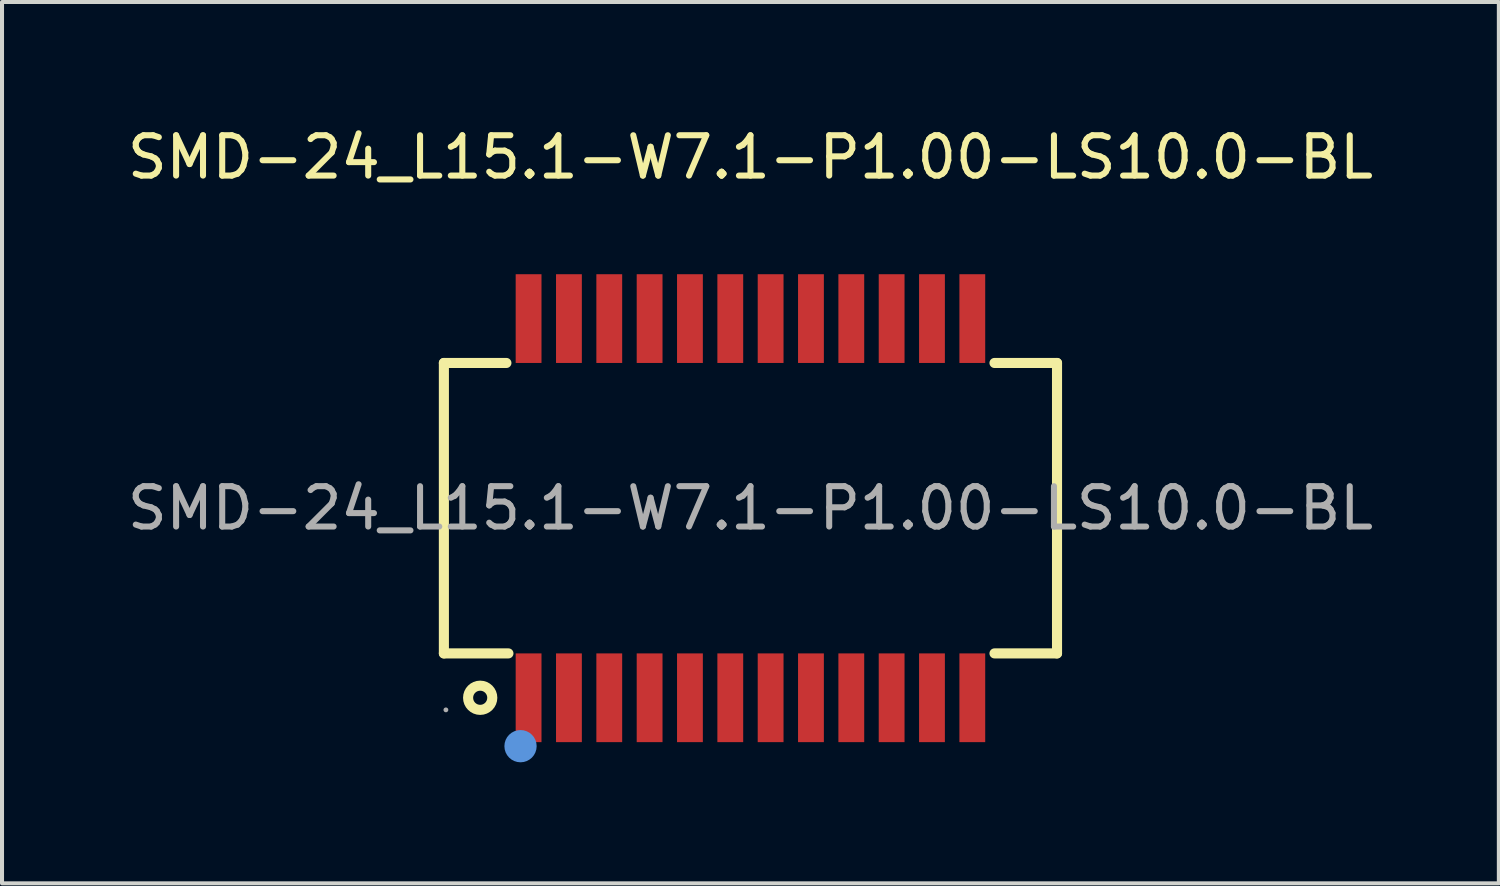
<source format=kicad_pcb>
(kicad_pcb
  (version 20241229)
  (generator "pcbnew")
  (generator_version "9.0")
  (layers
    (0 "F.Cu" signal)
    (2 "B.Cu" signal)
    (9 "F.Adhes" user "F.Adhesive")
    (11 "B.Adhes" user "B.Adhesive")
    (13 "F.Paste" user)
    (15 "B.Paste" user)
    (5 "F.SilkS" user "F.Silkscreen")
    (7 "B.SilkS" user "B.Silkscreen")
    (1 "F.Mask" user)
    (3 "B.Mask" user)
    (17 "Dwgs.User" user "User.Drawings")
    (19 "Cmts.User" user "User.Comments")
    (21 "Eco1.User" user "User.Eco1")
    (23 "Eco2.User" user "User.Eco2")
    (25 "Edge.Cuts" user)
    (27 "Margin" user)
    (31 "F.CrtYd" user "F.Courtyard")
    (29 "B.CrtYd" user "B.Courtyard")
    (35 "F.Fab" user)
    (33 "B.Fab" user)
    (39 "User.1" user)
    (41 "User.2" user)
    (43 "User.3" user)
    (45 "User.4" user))
  (footprint "SMD-24_L15.1-W7.1-P1.00-LS10.0-BL"
    (layer "F.Cu")
    (at 15.554 9.548)
    (property "Reference" "SMD-24_L15.1-W7.1-P1.00-LS10.0-BL" (at 0 -8.7 0) (layer "F.SilkS") (effects (font (size 1 1) (thickness 0.15))))
    (attr smd)
    (fp_line (start -7.6 3.6) (end -7.6 -3.6) (stroke (width 0.25) (type solid)) (layer "F.SilkS"))
    (fp_line (start -6.05 -3.6) (end -7.6 -3.6) (stroke (width 0.25) (type solid)) (layer "F.SilkS"))
    (fp_line (start -6 3.6) (end -7.6 3.6) (stroke (width 0.25) (type solid)) (layer "F.SilkS"))
    (fp_line (start 7.6 -3.6) (end 6.05 -3.6) (stroke (width 0.25) (type solid)) (layer "F.SilkS"))
    (fp_line (start 7.6 -3.6) (end 7.6 3.6) (stroke (width 0.25) (type solid)) (layer "F.SilkS"))
    (fp_line (start 7.6 3.6) (end 6.05 3.6) (stroke (width 0.25) (type solid)) (layer "F.SilkS"))
    (fp_circle (center -6.7 4.7) (end -6.4 4.7) (stroke (width 0.25) (type solid)) (fill no) (layer "F.SilkS"))
    (fp_circle (center -5.7 5.9) (end -5.5 5.9) (stroke (width 0.4) (type solid)) (fill no) (layer "Cmts.User"))
    (fp_circle (center -7.55 5) (end -7.52 5) (stroke (width 0.06) (type solid)) (fill no) (layer "F.Fab"))
    (fp_text user "${REFERENCE}" (at 0 0 0) (layer "F.Fab") (effects (font (size 1 1) (thickness 0.15))))
    (pad "1" smd rect (at -5.5 4.7) (size 0.64 2.2) (layers "F.Cu" "F.Mask" "F.Paste"))
    (pad "2" smd rect (at -4.5 4.7) (size 0.64 2.2) (layers "F.Cu" "F.Mask" "F.Paste"))
    (pad "3" smd rect (at -3.5 4.7) (size 0.64 2.2) (layers "F.Cu" "F.Mask" "F.Paste"))
    (pad "4" smd rect (at -2.5 4.7) (size 0.64 2.2) (layers "F.Cu" "F.Mask" "F.Paste"))
    (pad "5" smd rect (at -1.5 4.7) (size 0.64 2.2) (layers "F.Cu" "F.Mask" "F.Paste"))
    (pad "6" smd rect (at -0.5 4.7) (size 0.64 2.2) (layers "F.Cu" "F.Mask" "F.Paste"))
    (pad "7" smd rect (at 0.5 4.7) (size 0.64 2.2) (layers "F.Cu" "F.Mask" "F.Paste"))
    (pad "8" smd rect (at 1.5 4.7) (size 0.64 2.2) (layers "F.Cu" "F.Mask" "F.Paste"))
    (pad "9" smd rect (at 2.5 4.7) (size 0.64 2.2) (layers "F.Cu" "F.Mask" "F.Paste"))
    (pad "10" smd rect (at 3.5 4.7) (size 0.64 2.2) (layers "F.Cu" "F.Mask" "F.Paste"))
    (pad "11" smd rect (at 4.5 4.7) (size 0.64 2.2) (layers "F.Cu" "F.Mask" "F.Paste"))
    (pad "12" smd rect (at 5.5 4.7) (size 0.64 2.2) (layers "F.Cu" "F.Mask" "F.Paste"))
    (pad "13" smd rect (at 5.5 -4.7) (size 0.64 2.2) (layers "F.Cu" "F.Mask" "F.Paste"))
    (pad "14" smd rect (at 4.5 -4.7) (size 0.64 2.2) (layers "F.Cu" "F.Mask" "F.Paste"))
    (pad "15" smd rect (at 3.5 -4.7) (size 0.64 2.2) (layers "F.Cu" "F.Mask" "F.Paste"))
    (pad "16" smd rect (at 2.5 -4.7) (size 0.64 2.2) (layers "F.Cu" "F.Mask" "F.Paste"))
    (pad "17" smd rect (at 1.5 -4.7) (size 0.64 2.2) (layers "F.Cu" "F.Mask" "F.Paste"))
    (pad "18" smd rect (at 0.5 -4.7) (size 0.64 2.2) (layers "F.Cu" "F.Mask" "F.Paste"))
    (pad "19" smd rect (at -0.5 -4.7) (size 0.64 2.2) (layers "F.Cu" "F.Mask" "F.Paste"))
    (pad "20" smd rect (at -1.5 -4.7) (size 0.64 2.2) (layers "F.Cu" "F.Mask" "F.Paste"))
    (pad "21" smd rect (at -2.5 -4.7) (size 0.64 2.2) (layers "F.Cu" "F.Mask" "F.Paste"))
    (pad "22" smd rect (at -3.5 -4.7) (size 0.64 2.2) (layers "F.Cu" "F.Mask" "F.Paste"))
    (pad "23" smd rect (at -4.5 -4.7) (size 0.64 2.2) (layers "F.Cu" "F.Mask" "F.Paste"))
    (pad "24" smd rect (at -5.5 -4.7) (size 0.64 2.2) (layers "F.Cu" "F.Mask" "F.Paste")))
  (gr_rect
    (start -3 -3)
    (end 34.107 18.848)
    (stroke (width 0.1) (type default))
    (fill no)
    (layer "Edge.Cuts")))
</source>
